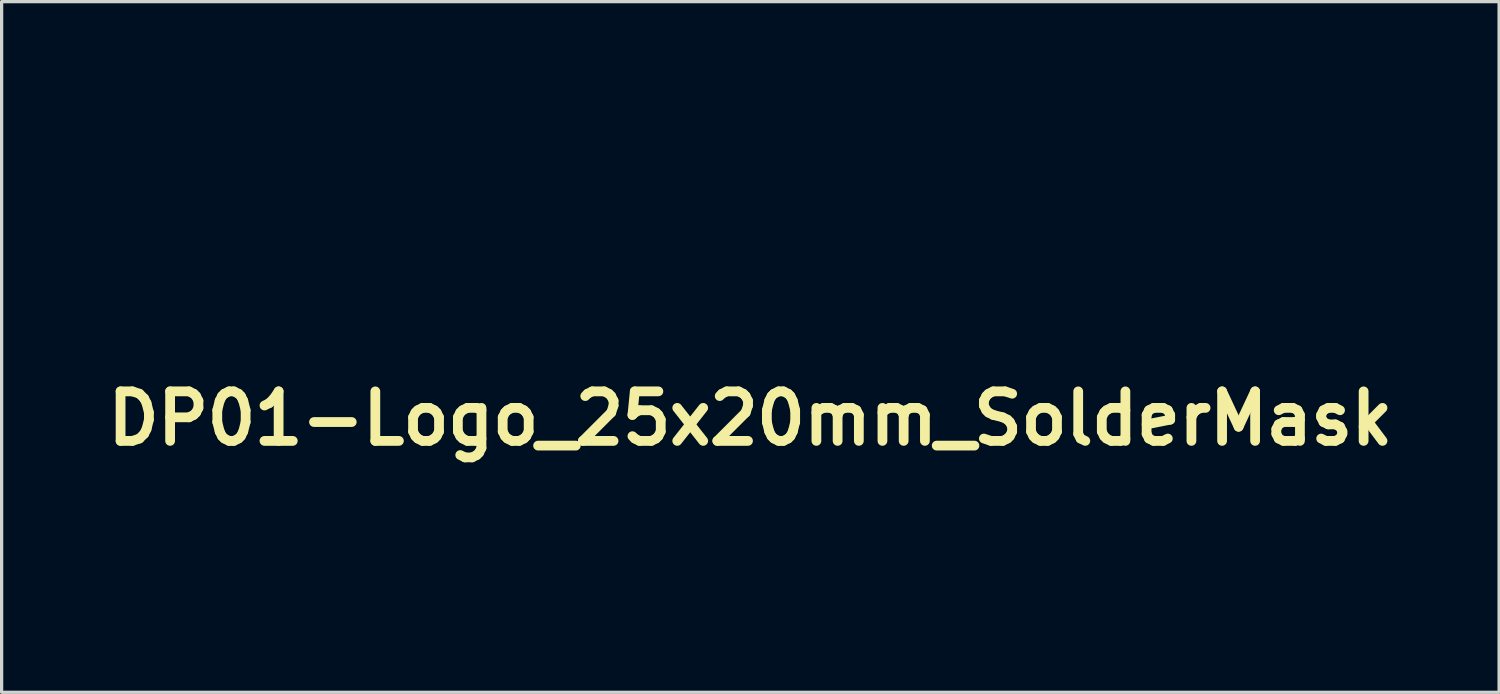
<source format=kicad_pcb>
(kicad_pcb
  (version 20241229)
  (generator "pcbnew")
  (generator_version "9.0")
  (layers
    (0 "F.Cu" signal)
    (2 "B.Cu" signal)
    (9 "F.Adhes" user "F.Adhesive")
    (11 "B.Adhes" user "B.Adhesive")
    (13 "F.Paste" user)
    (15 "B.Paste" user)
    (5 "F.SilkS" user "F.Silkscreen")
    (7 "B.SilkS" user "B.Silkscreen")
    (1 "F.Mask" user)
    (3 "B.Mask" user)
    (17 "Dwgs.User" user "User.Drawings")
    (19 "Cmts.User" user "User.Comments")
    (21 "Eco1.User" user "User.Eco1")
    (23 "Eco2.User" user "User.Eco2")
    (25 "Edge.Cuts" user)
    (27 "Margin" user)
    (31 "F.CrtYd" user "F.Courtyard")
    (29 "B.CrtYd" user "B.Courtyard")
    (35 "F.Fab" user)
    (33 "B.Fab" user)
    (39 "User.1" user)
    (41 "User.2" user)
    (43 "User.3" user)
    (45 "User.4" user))
  (footprint "DP01-Logo_25x20mm_SolderMask"
    (layer "F.Cu")
    (at 20.037 9.826)
    (property "Reference" "DP01-Logo_25x20mm_SolderMask" (at 0 0 0) (layer "F.SilkS") (effects (font (size 1.524 1.524) (thickness 0.3))))
    (attr through_hole)
    (fp_poly (pts (xy 8.297 -7.239) (xy 8.255 -7.197) (xy 8.213 -7.239) (xy 8.255 -7.281) (xy 8.297 -7.239)) (stroke (width 0.01) (type solid)) (fill yes) (layer "F.Mask"))
    (fp_poly (pts (xy -12.202 -4.249) (xy -12.192 -4.191) (xy -12.238 -4.078) (xy -12.277 -4.064) (xy -12.352 -4.133) (xy -12.361 -4.191) (xy -12.316 -4.304) (xy -12.277 -4.318) (xy -12.202 -4.249)) (stroke (width 0.01) (type solid)) (fill yes) (layer "F.Mask"))
    (fp_poly (pts (xy -0.544 -2.93) (xy -0.383 -2.885) (xy -0.332 -2.879) (xy -0.256 -2.814) (xy -0.254 -2.794) (xy -0.315 -2.719) (xy -0.448 -2.718) (xy -0.58 -2.781) (xy -0.627 -2.846) (xy -0.634 -2.942) (xy -0.544 -2.93)) (stroke (width 0.01) (type solid)) (fill yes) (layer "F.Mask"))
    (fp_poly (pts (xy -8.636 -3.087) (xy -8.636 -3.065) (xy -8.634 -2.888) (xy -8.632 -2.815) (xy -8.696 -2.745) (xy -8.759 -2.724) (xy -8.858 -2.753) (xy -8.864 -2.874) (xy -8.795 -3.068) (xy -8.736 -3.151) (xy -8.66 -3.193) (xy -8.636 -3.087)) (stroke (width 0.01) (type solid)) (fill yes) (layer "F.Mask"))
    (fp_poly (pts (xy 1.606 1.213) (xy 1.609 1.221) (xy 1.635 1.321) (xy 1.656 1.379) (xy 1.632 1.509) (xy 1.571 1.553) (xy 1.47 1.547) (xy 1.439 1.405) (xy 1.439 1.394) (xy 1.469 1.237) (xy 1.524 1.185) (xy 1.606 1.213)) (stroke (width 0.01) (type solid)) (fill yes) (layer "F.Mask"))
    (fp_poly (pts (xy 2.176 4.373) (xy 2.193 4.51) (xy 2.11 4.685) (xy 1.978 4.82) (xy 1.756 4.967) (xy 1.635 4.979) (xy 1.609 4.903) (xy 1.661 4.723) (xy 1.785 4.525) (xy 1.936 4.37) (xy 2.05 4.318) (xy 2.176 4.373)) (stroke (width 0.01) (type solid)) (fill yes) (layer "F.Mask"))
    (fp_poly (pts (xy -8.928 -3.764) (xy -8.835 -3.68) (xy -8.739 -3.494) (xy -8.732 -3.352) (xy -8.805 -3.302) (xy -8.88 -3.371) (xy -8.89 -3.429) (xy -8.958 -3.541) (xy -9.017 -3.556) (xy -9.131 -3.606) (xy -9.117 -3.712) (xy -9.046 -3.776) (xy -8.928 -3.764)) (stroke (width 0.01) (type solid)) (fill yes) (layer "F.Mask"))
    (fp_poly (pts (xy -1.364 -6.245) (xy -1.206 -6.212) (xy -1.058 -6.144) (xy -1.016 -6.086) (xy -1.078 -6.035) (xy -1.275 -6.03) (xy -1.621 -6.071) (xy -1.63 -6.072) (xy -1.799 -6.122) (xy -1.863 -6.186) (xy -1.789 -6.242) (xy -1.604 -6.262) (xy -1.364 -6.245)) (stroke (width 0.01) (type solid)) (fill yes) (layer "F.Mask"))
    (fp_poly (pts (xy 1.828 3.545) (xy 1.834 3.731) (xy 1.812 3.975) (xy 1.765 4.224) (xy 1.72 4.371) (xy 1.635 4.482) (xy 1.565 4.454) (xy 1.568 4.312) (xy 1.57 4.308) (xy 1.663 3.928) (xy 1.687 3.662) (xy 1.727 3.513) (xy 1.788 3.471) (xy 1.828 3.545)) (stroke (width 0.01) (type solid)) (fill yes) (layer "F.Mask"))
    (fp_poly (pts (xy 6.044 2.309) (xy 6.119 2.45) (xy 6.121 2.455) (xy 6.227 2.594) (xy 6.391 2.625) (xy 6.557 2.657) (xy 6.583 2.731) (xy 6.472 2.845) (xy 6.283 2.835) (xy 6.117 2.749) (xy 5.974 2.593) (xy 5.927 2.451) (xy 5.964 2.308) (xy 6.044 2.309)) (stroke (width 0.01) (type solid)) (fill yes) (layer "F.Mask"))
    (fp_poly (pts (xy 8.276 -7.077) (xy 8.267 -6.987) (xy 8.175 -6.893) (xy 8.087 -6.805) (xy 8.112 -6.773) (xy 8.207 -6.718) (xy 8.213 -6.69) (xy 8.141 -6.633) (xy 8.001 -6.623) (xy 7.842 -6.654) (xy 7.789 -6.692) (xy 7.847 -6.795) (xy 7.981 -6.925) (xy 8.135 -7.036) (xy 8.253 -7.084) (xy 8.276 -7.077)) (stroke (width 0.01) (type solid)) (fill yes) (layer "F.Mask"))
    (fp_poly (pts (xy 1.029 -4.967) (xy 1.359 -4.846) (xy 1.668 -4.7) (xy 2.083 -4.453) (xy 2.348 -4.206) (xy 2.454 -3.966) (xy 2.455 -3.933) (xy 2.413 -3.88) (xy 2.32 -3.93) (xy 2.226 -4.05) (xy 2.205 -4.097) (xy 2.045 -4.287) (xy 1.72 -4.45) (xy 1.307 -4.604) (xy 1.029 -4.715) (xy 0.863 -4.796) (xy 0.782 -4.857) (xy 0.762 -4.906) (xy 0.829 -4.987) (xy 1.029 -4.967)) (stroke (width 0.01) (type solid)) (fill yes) (layer "F.Mask"))
    (fp_poly (pts (xy 5.517 0.796) (xy 5.551 0.969) (xy 5.557 1.249) (xy 5.563 1.553) (xy 5.589 1.814) (xy 5.615 1.926) (xy 5.646 2.069) (xy 5.586 2.103) (xy 5.419 2.029) (xy 5.271 1.938) (xy 5.098 1.789) (xy 5.003 1.635) (xy 4.994 1.515) (xy 5.082 1.467) (xy 5.165 1.482) (xy 5.284 1.494) (xy 5.329 1.399) (xy 5.334 1.283) (xy 5.351 1.052) (xy 5.385 0.896) (xy 5.46 0.767) (xy 5.517 0.796)) (stroke (width 0.01) (type solid)) (fill yes) (layer "F.Mask"))
    (fp_poly (pts (xy 10.492 4.932) (xy 10.808 4.946) (xy 11.046 4.967) (xy 11.167 4.989) (xy 11.175 4.995) (xy 11.116 5.081) (xy 10.983 5.217) (xy 10.835 5.347) (xy 10.729 5.417) (xy 10.72 5.419) (xy 10.668 5.355) (xy 10.668 5.348) (xy 10.593 5.292) (xy 10.402 5.229) (xy 10.272 5.2) (xy 10.032 5.134) (xy 9.873 5.054) (xy 9.842 5.016) (xy 9.867 4.963) (xy 10.002 4.934) (xy 10.27 4.927) (xy 10.492 4.932)) (stroke (width 0.01) (type solid)) (fill yes) (layer "F.Mask"))
    (fp_poly (pts (xy -0.782 -3.109) (xy -0.787 -3.02) (xy -0.788 -2.894) (xy -0.752 -2.861) (xy -0.71 -2.766) (xy -0.753 -2.605) (xy -0.796 -2.399) (xy -0.755 -2.324) (xy -0.692 -2.205) (xy -0.692 -2.13) (xy -0.681 -1.955) (xy -0.658 -1.899) (xy -0.633 -1.762) (xy -0.66 -1.589) (xy -0.721 -1.461) (xy -0.762 -1.439) (xy -0.865 -1.497) (xy -0.91 -1.545) (xy -0.965 -1.69) (xy -1.003 -1.93) (xy -1.01 -2.032) (xy -1.025 -2.363) (xy -1.04 -2.694) (xy -1.043 -2.75) (xy -1.037 -2.979) (xy -0.977 -3.088) (xy -0.898 -3.119) (xy -0.782 -3.109)) (stroke (width 0.01) (type solid)) (fill yes) (layer "F.Mask"))
    (fp_poly (pts (xy 6.767 -9.761) (xy 7.071 -9.6) (xy 7.3 -9.369) (xy 7.432 -9.097) (xy 7.446 -8.814) (xy 7.323 -8.551) (xy 7.303 -8.528) (xy 7.237 -8.429) (xy 7.194 -8.282) (xy 7.168 -8.056) (xy 7.155 -7.718) (xy 7.152 -7.35) (xy 7.149 -6.897) (xy 7.129 -6.575) (xy 7.07 -6.348) (xy 6.951 -6.18) (xy 6.75 -6.031) (xy 6.445 -5.866) (xy 6.231 -5.757) (xy 5.79 -5.577) (xy 5.41 -5.508) (xy 5.115 -5.553) (xy 4.971 -5.652) (xy 4.86 -5.844) (xy 4.744 -6.159) (xy 4.633 -6.551) (xy 4.54 -6.974) (xy 4.476 -7.383) (xy 4.452 -7.705) (xy 4.518 -8.291) (xy 4.718 -8.81) (xy 5.035 -9.242) (xy 5.45 -9.567) (xy 5.945 -9.766) (xy 6.407 -9.821) (xy 6.767 -9.761)) (stroke (width 0.01) (type solid)) (fill yes) (layer "F.Mask"))
    (fp_poly (pts (xy 8.319 -5.653) (xy 8.485 -5.571) (xy 8.762 -5.458) (xy 9.101 -5.336) (xy 9.229 -5.293) (xy 9.581 -5.169) (xy 9.955 -5.023) (xy 10.309 -4.874) (xy 10.601 -4.74) (xy 10.788 -4.637) (xy 10.821 -4.614) (xy 10.791 -4.544) (xy 10.681 -4.413) (xy 10.541 -4.272) (xy 10.419 -4.17) (xy 10.374 -4.149) (xy 10.343 -4.211) (xy 10.356 -4.266) (xy 10.324 -4.369) (xy 10.133 -4.439) (xy 9.935 -4.455) (xy 9.785 -4.383) (xy 9.646 -4.237) (xy 9.453 -4.048) (xy 9.309 -3.985) (xy 9.235 -4.053) (xy 9.229 -4.112) (xy 9.268 -4.298) (xy 9.31 -4.396) (xy 9.346 -4.505) (xy 9.257 -4.521) (xy 9.204 -4.512) (xy 9.056 -4.53) (xy 8.886 -4.653) (xy 8.7 -4.858) (xy 8.527 -5.085) (xy 8.412 -5.275) (xy 8.382 -5.362) (xy 8.314 -5.497) (xy 8.255 -5.534) (xy 8.143 -5.629) (xy 8.128 -5.68) (xy 8.182 -5.721) (xy 8.319 -5.653)) (stroke (width 0.01) (type solid)) (fill yes) (layer "F.Mask"))
    (fp_poly (pts (xy 0.429 -2.177) (xy 0.466 -2.05) (xy 0.453 -1.882) (xy 0.417 -1.817) (xy 0.385 -1.714) (xy 0.399 -1.609) (xy 0.393 -1.468) (xy 0.332 -1.439) (xy 0.265 -1.415) (xy 0.322 -1.338) (xy 0.417 -1.194) (xy 0.369 -1.111) (xy 0.296 -1.101) (xy 0.183 -1.05) (xy 0.196 -0.943) (xy 0.258 -0.886) (xy 0.291 -0.784) (xy 0.304 -0.563) (xy 0.298 -0.274) (xy 0.276 0.034) (xy 0.241 0.311) (xy 0.194 0.507) (xy 0.193 0.508) (xy 0.139 0.714) (xy 0.134 0.875) (xy 0.173 0.931) (xy 0.229 1.004) (xy 0.283 1.181) (xy 0.284 1.187) (xy 0.27 1.455) (xy 0.14 1.667) (xy -0.074 1.773) (xy -0.134 1.778) (xy -0.209 1.771) (xy -0.259 1.732) (xy -0.29 1.633) (xy -0.305 1.447) (xy -0.309 1.148) (xy -0.306 0.706) (xy -0.306 0.699) (xy -0.308 0.216) (xy -0.32 -0.273) (xy -0.341 -0.707) (xy -0.365 -0.995) (xy -0.434 -1.609) (xy -0.165 -1.609) (xy 0.017 -1.627) (xy 0.064 -1.694) (xy 0.051 -1.743) (xy 0.039 -1.914) (xy 0.062 -1.976) (xy 0.122 -2.125) (xy 0.126 -2.159) (xy 0.197 -2.229) (xy 0.289 -2.244) (xy 0.429 -2.177)) (stroke (width 0.01) (type solid)) (fill yes) (layer "F.Mask"))
    (fp_poly (pts (xy -3.944 -2.279) (xy -3.939 -2.187) (xy -3.947 -1.955) (xy -3.966 -1.612) (xy -3.996 -1.186) (xy -4.022 -0.842) (xy -4.071 -0.277) (xy -4.122 0.164) (xy -4.187 0.525) (xy -4.279 0.853) (xy -4.411 1.191) (xy -4.595 1.585) (xy -4.809 2.014) (xy -4.933 2.273) (xy -5.019 2.478) (xy -5.045 2.565) (xy -5.06 2.737) (xy -5.067 2.815) (xy -5.128 2.941) (xy -5.186 2.964) (xy -5.287 3.034) (xy -5.399 3.198) (xy -5.483 3.389) (xy -5.503 3.501) (xy -5.551 3.614) (xy -5.67 3.798) (xy -5.719 3.866) (xy -5.842 4.048) (xy -5.846 4.143) (xy -5.713 4.169) (xy -5.482 4.153) (xy -5.355 4.181) (xy -5.354 4.274) (xy -5.476 4.387) (xy -5.498 4.4) (xy -5.622 4.463) (xy -5.707 4.467) (xy -5.818 4.397) (xy -5.956 4.284) (xy -6.197 4.087) (xy -6.048 3.8) (xy -5.903 3.503) (xy -5.709 3.08) (xy -5.481 2.563) (xy -5.232 1.984) (xy -4.975 1.374) (xy -4.726 0.767) (xy -4.704 0.713) (xy -4.514 0.23) (xy -4.381 -0.149) (xy -4.29 -0.477) (xy -4.229 -0.804) (xy -4.184 -1.181) (xy -4.173 -1.299) (xy -4.125 -1.765) (xy -4.078 -2.076) (xy -4.03 -2.249) (xy -3.976 -2.298) (xy -3.944 -2.279)) (stroke (width 0.01) (type solid)) (fill yes) (layer "F.Mask"))
    (fp_poly (pts (xy -1.28 -3.122) (xy -1.219 -3.065) (xy -1.192 -2.923) (xy -1.185 -2.659) (xy -1.185 -2.582) (xy -1.2 -2.24) (xy -1.245 -2.061) (xy -1.286 -2.032) (xy -1.31 -1.993) (xy -1.239 -1.924) (xy -1.139 -1.779) (xy -1.06 -1.542) (xy -1.011 -1.266) (xy -1 -1.009) (xy -1.034 -0.825) (xy -1.075 -0.775) (xy -1.14 -0.706) (xy -1.129 -0.582) (xy -1.061 -0.4) (xy -0.97 -0.178) (xy -0.943 -0.053) (xy -0.978 0.031) (xy -1.067 0.123) (xy -1.154 0.235) (xy -1.137 0.348) (xy -1.067 0.465) (xy -0.962 0.659) (xy -0.936 0.788) (xy -0.991 0.816) (xy -1.025 0.799) (xy -1.081 0.804) (xy -1.053 0.942) (xy -1.011 1.178) (xy -1.008 1.445) (xy -1.045 1.66) (xy -1.066 1.705) (xy -1.098 1.75) (xy -1.154 1.764) (xy -1.277 1.746) (xy -1.512 1.693) (xy -1.566 1.68) (xy -1.861 1.623) (xy -2.211 1.57) (xy -2.349 1.553) (xy -2.598 1.513) (xy -2.759 1.464) (xy -2.794 1.434) (xy -2.742 1.331) (xy -2.612 1.167) (xy -2.576 1.127) (xy -2.438 0.985) (xy -2.385 0.964) (xy -2.393 1.056) (xy -2.395 1.068) (xy -2.434 1.248) (xy -2.156 1.068) (xy -1.965 0.903) (xy -1.955 0.889) (xy -1.524 0.889) (xy -1.482 0.931) (xy -1.439 0.889) (xy -1.482 0.847) (xy -1.524 0.889) (xy -1.955 0.889) (xy -1.849 0.728) (xy -1.846 0.72) (xy -1.609 0.72) (xy -1.566 0.762) (xy -1.524 0.72) (xy -1.566 0.677) (xy -1.609 0.72) (xy -1.846 0.72) (xy -1.84 0.699) (xy -1.821 0.548) (xy -1.868 0.526) (xy -2.001 0.631) (xy -2.052 0.677) (xy -2.226 0.811) (xy -2.335 0.839) (xy -2.353 0.758) (xy -2.343 0.728) (xy -2.291 0.576) (xy -2.217 0.34) (xy -2.194 0.263) (xy -2.118 0.05) (xy -2.05 -0.073) (xy -2.031 -0.085) (xy -1.965 -0.015) (xy -1.864 0.161) (xy -1.82 0.255) (xy -1.721 0.451) (xy -1.649 0.555) (xy -1.632 0.56) (xy -1.648 0.472) (xy -1.726 0.281) (xy -1.819 0.088) (xy -2.04 -0.349) (xy -1.875 -1.169) (xy -1.793 -1.605) (xy -1.719 -2.057) (xy -1.665 -2.449) (xy -1.652 -2.561) (xy -1.617 -2.864) (xy -1.577 -3.036) (xy -1.516 -3.113) (xy -1.415 -3.132) (xy -1.39 -3.133) (xy -1.28 -3.122)) (stroke (width 0.01) (type solid)) (fill yes) (layer "F.Mask"))
    (fp_poly (pts (xy -2.231 -5.786) (xy -2.188 -5.588) (xy -2.135 -5.403) (xy -2.074 -5.315) (xy -2.042 -5.209) (xy -2.106 -5.071) (xy -2.226 -4.968) (xy -2.295 -4.951) (xy -2.443 -5.009) (xy -2.516 -5.078) (xy -2.601 -5.15) (xy -2.622 -5.102) (xy -2.694 -5.008) (xy -2.875 -4.885) (xy -3.006 -4.817) (xy -3.225 -4.702) (xy -3.363 -4.606) (xy -3.387 -4.571) (xy -3.46 -4.482) (xy -3.635 -4.417) (xy -3.843 -4.391) (xy -4.017 -4.42) (xy -4.028 -4.426) (xy -4.138 -4.48) (xy -4.127 -4.444) (xy -4.043 -4.346) (xy -3.916 -4.175) (xy -3.92 -4.101) (xy -4.036 -4.123) (xy -4.131 -4.135) (xy -4.115 -4.078) (xy -4.107 -3.99) (xy -4.139 -3.979) (xy -4.258 -4.041) (xy -4.279 -4.069) (xy -4.391 -4.158) (xy -4.589 -4.248) (xy -4.824 -4.324) (xy -5.046 -4.373) (xy -5.203 -4.381) (xy -5.249 -4.346) (xy -5.182 -4.261) (xy -5.02 -4.146) (xy -4.995 -4.131) (xy -4.808 -3.998) (xy -4.746 -3.893) (xy -4.818 -3.841) (xy -4.889 -3.841) (xy -4.994 -3.826) (xy -5.013 -3.736) (xy -4.953 -3.531) (xy -4.947 -3.514) (xy -4.938 -3.438) (xy -5.016 -3.477) (xy -5.177 -3.619) (xy -5.341 -3.759) (xy -5.487 -3.861) (xy -5.582 -3.907) (xy -5.598 -3.884) (xy -5.52 -3.793) (xy -5.427 -3.662) (xy -5.437 -3.598) (xy -5.536 -3.638) (xy -5.569 -3.666) (xy -5.757 -3.771) (xy -6.004 -3.84) (xy -6.013 -3.841) (xy -6.313 -3.896) (xy -6.583 -3.966) (xy -6.79 -4.02) (xy -6.844 -4.008) (xy -6.746 -3.933) (xy -6.535 -3.818) (xy -6.291 -3.675) (xy -6.119 -3.54) (xy -6.043 -3.436) (xy -6.087 -3.388) (xy -6.107 -3.388) (xy -6.252 -3.412) (xy -6.49 -3.471) (xy -6.625 -3.511) (xy -6.858 -3.567) (xy -7.002 -3.573) (xy -7.027 -3.552) (xy -6.963 -3.474) (xy -6.943 -3.471) (xy -6.86 -3.407) (xy -6.858 -3.387) (xy -6.908 -3.306) (xy -7.034 -3.34) (xy -7.198 -3.478) (xy -7.211 -3.493) (xy -7.38 -3.683) (xy -7.246 -3.474) (xy -7.119 -3.154) (xy -7.159 -2.86) (xy -7.366 -2.595) (xy -7.372 -2.59) (xy -7.68 -2.407) (xy -7.97 -2.384) (xy -8.223 -2.521) (xy -8.297 -2.601) (xy -8.407 -2.773) (xy -8.393 -2.858) (xy -8.372 -2.868) (xy -8.25 -2.833) (xy -8.143 -2.722) (xy -7.982 -2.579) (xy -7.8 -2.545) (xy -7.658 -2.632) (xy -7.654 -2.638) (xy -7.615 -2.798) (xy -7.607 -3.049) (xy -7.629 -3.317) (xy -7.665 -3.479) (xy -7.748 -3.589) (xy -7.924 -3.592) (xy -7.944 -3.588) (xy -8.106 -3.58) (xy -8.216 -3.66) (xy -8.319 -3.846) (xy -8.477 -4.079) (xy -8.64 -4.149) (xy -8.885 -4.191) (xy -9.049 -4.297) (xy -9.091 -4.439) (xy -9.084 -4.461) (xy -9.073 -4.56) (xy -9.179 -4.544) (xy -9.37 -4.503) (xy -9.595 -4.486) (xy -9.762 -4.472) (xy -9.771 -4.429) (xy -9.743 -4.409) (xy -9.633 -4.249) (xy -9.624 -4.017) (xy -9.714 -3.77) (xy -9.802 -3.65) (xy -9.927 -3.495) (xy -9.936 -3.401) (xy -9.88 -3.346) (xy -9.774 -3.204) (xy -9.703 -2.998) (xy -9.683 -2.798) (xy -9.729 -2.672) (xy -9.735 -2.668) (xy -9.874 -2.663) (xy -10.001 -2.778) (xy -10.072 -2.964) (xy -10.075 -3.017) (xy -10.148 -3.331) (xy -10.336 -3.618) (xy -10.435 -3.708) (xy -10.546 -3.84) (xy -10.583 -3.979) (xy -10.533 -4.06) (xy -10.505 -4.064) (xy -10.387 -4.01) (xy -10.299 -3.937) (xy -10.167 -3.825) (xy -10.12 -3.857) (xy -10.139 -4.023) (xy -10.141 -4.029) (xy -9.984 -4.029) (xy -9.968 -3.919) (xy -9.94 -3.918) (xy -9.919 -4.031) (xy -9.933 -4.08) (xy -9.97 -4.112) (xy -9.984 -4.029) (xy -10.141 -4.029) (xy -10.17 -4.136) (xy -10.234 -4.195) (xy -10.372 -4.213) (xy -10.626 -4.201) (xy -10.735 -4.193) (xy -11.108 -4.161) (xy -11.487 -4.122) (xy -11.705 -4.096) (xy -11.957 -4.072) (xy -12.078 -4.091) (xy -12.1 -4.158) (xy -12.111 -4.322) (xy -12.173 -4.469) (xy -12.255 -4.535) (xy -12.28 -4.528) (xy -12.373 -4.531) (xy -12.415 -4.632) (xy -12.379 -4.761) (xy -12.369 -4.774) (xy -9.767 -4.774) (xy -9.759 -4.734) (xy -9.689 -4.622) (xy -9.534 -4.618) (xy -9.494 -4.627) (xy -9.322 -4.672) (xy -9.248 -4.699) (xy -9.253 -4.781) (xy -9.272 -4.841) (xy -9.392 -4.931) (xy -9.561 -4.93) (xy -9.731 -4.878) (xy -9.767 -4.774) (xy -12.369 -4.774) (xy -12.368 -4.775) (xy -12.248 -4.832) (xy -12.003 -4.895) (xy -11.677 -4.958) (xy -11.313 -5.012) (xy -10.955 -5.052) (xy -10.646 -5.069) (xy -10.541 -5.068) (xy -10.326 -5.079) (xy -10.016 -5.116) (xy -9.711 -5.167) (xy -9.134 -5.276) (xy -8.864 -4.953) (xy -8.651 -4.7) (xy -8.442 -4.454) (xy -8.382 -4.384) (xy -8.17 -4.139) (xy -7.535 -4.229) (xy -7.103 -4.296) (xy -6.621 -4.377) (xy -6.265 -4.442) (xy -5.906 -4.504) (xy -5.567 -4.549) (xy -5.319 -4.569) (xy -5.313 -4.569) (xy -5.099 -4.588) (xy -5.009 -4.654) (xy -4.995 -4.741) (xy -4.954 -4.867) (xy -4.801 -4.91) (xy -4.75 -4.911) (xy -4.551 -4.952) (xy -4.395 -5.104) (xy -4.335 -5.197) (xy -4.127 -5.424) (xy -3.83 -5.6) (xy -3.501 -5.706) (xy -3.198 -5.717) (xy -3.078 -5.682) (xy -2.782 -5.597) (xy -2.534 -5.617) (xy -2.381 -5.735) (xy -2.294 -5.84) (xy -2.231 -5.786)) (stroke (width 0.01) (type solid)) (fill yes) (layer "F.Mask"))
    (fp_poly (pts (xy -0.405 -9.802) (xy 0.072 -9.677) (xy 0.504 -9.441) (xy 0.851 -9.109) (xy 1 -8.873) (xy 1.121 -8.58) (xy 1.199 -8.293) (xy 1.212 -8.189) (xy 1.245 -8.002) (xy 1.305 -7.928) (xy 1.316 -7.93) (xy 1.428 -7.897) (xy 1.585 -7.771) (xy 1.608 -7.747) (xy 1.779 -7.459) (xy 1.804 -7.146) (xy 1.687 -6.854) (xy 1.553 -6.713) (xy 1.381 -6.586) (xy 1.268 -6.522) (xy 1.259 -6.52) (xy 1.191 -6.598) (xy 1.137 -6.808) (xy 1.102 -7.115) (xy 1.101 -7.133) (xy 1.497 -7.133) (xy 1.512 -6.986) (xy 1.548 -6.89) (xy 1.584 -6.94) (xy 1.619 -7.056) (xy 1.648 -7.28) (xy 1.628 -7.437) (xy 1.582 -7.51) (xy 1.54 -7.433) (xy 1.522 -7.366) (xy 1.497 -7.133) (xy 1.101 -7.133) (xy 1.095 -7.281) (xy 1.087 -7.662) (xy 0.971 -7.408) (xy 0.889 -7.142) (xy 0.851 -6.848) (xy 0.85 -6.837) (xy 0.831 -6.633) (xy 0.788 -6.525) (xy 0.776 -6.519) (xy 0.692 -6.451) (xy 0.609 -6.31) (xy 0.466 -6.147) (xy 0.166 -5.943) (xy -0.267 -5.709) (xy -0.653 -5.522) (xy -0.932 -5.41) (xy -1.139 -5.36) (xy -1.312 -5.36) (xy -1.339 -5.364) (xy -1.632 -5.412) (xy -1.448 -5.216) (xy -1.192 -4.979) (xy -0.97 -4.878) (xy -0.728 -4.905) (xy -0.431 -5.042) (xy -0.137 -5.18) (xy 0.034 -5.212) (xy 0.079 -5.137) (xy 0.004 -4.97) (xy -0.068 -4.845) (xy -0.043 -4.843) (xy 0.025 -4.897) (xy 0.189 -4.966) (xy 0.296 -4.896) (xy 0.307 -4.712) (xy 0.303 -4.695) (xy 0.296 -4.524) (xy 0.338 -4.445) (xy 0.405 -4.322) (xy 0.426 -4.112) (xy 0.404 -3.886) (xy 0.345 -3.716) (xy 0.296 -3.671) (xy 0.189 -3.556) (xy 0.169 -3.462) (xy 0.114 -3.33) (xy 0.042 -3.302) (xy -0.062 -3.232) (xy -0.085 -3.138) (xy -0.126 -3.017) (xy -0.278 -2.989) (xy -0.311 -2.991) (xy -0.485 -3.043) (xy -0.56 -3.196) (xy -0.569 -3.248) (xy -0.569 -3.419) (xy -0.498 -3.45) (xy -0.491 -3.448) (xy -0.407 -3.345) (xy -0.408 -3.291) (xy -0.403 -3.222) (xy -0.342 -3.266) (xy -0.291 -3.413) (xy -0.355 -3.576) (xy -0.497 -3.703) (xy -0.677 -3.741) (xy -1.097 -3.664) (xy -1.477 -3.551) (xy -1.788 -3.416) (xy -2.004 -3.272) (xy -2.096 -3.133) (xy -2.08 -3.058) (xy -2.119 -3.005) (xy -2.207 -2.986) (xy -2.361 -3.048) (xy -2.42 -3.174) (xy -2.452 -3.448) (xy -2.365 -3.635) (xy -2.139 -3.769) (xy -2.031 -3.808) (xy -1.803 -3.884) (xy -1.655 -3.934) (xy -1.627 -3.945) (xy -1.634 -4.027) (xy -1.644 -4.086) (xy -0.867 -4.086) (xy -0.838 -3.988) (xy -0.79 -4.039) (xy -0.739 -4.249) (xy -0.738 -4.255) (xy -0.727 -4.464) (xy -0.758 -4.597) (xy -0.761 -4.601) (xy -0.809 -4.572) (xy -0.849 -4.415) (xy -0.86 -4.325) (xy -0.867 -4.086) (xy -1.644 -4.086) (xy -1.671 -4.236) (xy -1.732 -4.534) (xy -1.766 -4.688) (xy -1.833 -5.012) (xy -1.875 -5.262) (xy -1.886 -5.402) (xy -1.88 -5.419) (xy -1.896 -5.459) (xy -1.975 -5.524) (xy -2.078 -5.681) (xy -2.167 -5.975) (xy -2.206 -6.181) (xy -2.287 -6.553) (xy -2.297 -6.572) (xy -2.094 -6.572) (xy -2.083 -6.505) (xy -2.041 -6.285) (xy -1.995 -6.016) (xy -1.992 -5.995) (xy -1.942 -5.786) (xy -1.843 -5.69) (xy -1.636 -5.65) (xy -1.627 -5.65) (xy -1.289 -5.617) (xy -1.082 -5.609) (xy -0.971 -5.63) (xy -0.918 -5.685) (xy -0.899 -5.736) (xy -0.855 -5.918) (xy -0.806 -6.166) (xy -0.8 -6.197) (xy -0.744 -6.408) (xy -0.643 -6.504) (xy -0.478 -6.537) (xy -0.439 -6.549) (xy -0.547 -6.562) (xy -0.78 -6.572) (xy -0.99 -6.577) (xy -1.357 -6.589) (xy -1.675 -6.609) (xy -1.894 -6.634) (xy -1.946 -6.646) (xy -2.073 -6.664) (xy -2.094 -6.572) (xy -2.297 -6.572) (xy -2.403 -6.792) (xy -2.573 -6.934) (xy -2.658 -6.97) (xy -2.745 -7.021) (xy -2.697 -7.052) (xy -2.546 -7.057) (xy -2.327 -7.031) (xy -2.286 -7.024) (xy -1.919 -6.978) (xy -1.437 -6.953) (xy -0.893 -6.951) (xy -0.34 -6.97) (xy 0.009 -6.997) (xy 0.568 -7.05) (xy 0.749 -7.477) (xy 0.844 -7.716) (xy 0.855 -7.747) (xy 1.101 -7.747) (xy 1.143 -7.705) (xy 1.185 -7.747) (xy 1.143 -7.789) (xy 1.101 -7.747) (xy 0.855 -7.747) (xy 0.9 -7.881) (xy 0.906 -7.927) (xy 0.818 -7.935) (xy 0.586 -7.943) (xy 0.235 -7.95) (xy -0.21 -7.957) (xy -0.725 -7.962) (xy -0.913 -7.964) (xy -1.444 -7.969) (xy -1.913 -7.978) (xy -2.295 -7.989) (xy -2.565 -8.002) (xy -2.699 -8.015) (xy -2.709 -8.02) (xy -2.658 -8.104) (xy -2.53 -8.266) (xy -2.455 -8.353) (xy -2.302 -8.546) (xy -2.213 -8.692) (xy -1.75 -8.692) (xy -1.738 -8.642) (xy -1.693 -8.636) (xy -1.624 -8.667) (xy -1.637 -8.692) (xy -1.737 -8.703) (xy -1.75 -8.692) (xy -2.213 -8.692) (xy -2.212 -8.696) (xy -2.201 -8.733) (xy -2.139 -8.89) (xy -1.979 -9.105) (xy -1.76 -9.336) (xy -1.668 -9.416) (xy -1.228 -9.416) (xy -0.946 -9.407) (xy -0.633 -9.318) (xy -0.417 -9.151) (xy -0.223 -8.912) (xy -0.184 -8.741) (xy -0.3 -8.637) (xy -0.402 -8.612) (xy -0.429 -8.596) (xy -0.311 -8.58) (xy -0.07 -8.568) (xy 0.112 -8.564) (xy 0.858 -8.551) (xy 0.682 -8.799) (xy 0.311 -9.211) (xy -0.098 -9.462) (xy -0.54 -9.549) (xy -0.908 -9.5) (xy -1.228 -9.416) (xy -1.668 -9.416) (xy -1.521 -9.541) (xy -1.331 -9.664) (xy -0.885 -9.802) (xy -0.405 -9.802)) (stroke (width 0.01) (type solid)) (fill yes) (layer "F.Mask"))
    (fp_poly (pts (xy 7.873 -8.995) (xy 8.041 -8.835) (xy 8.183 -8.624) (xy 8.294 -8.369) (xy 8.36 -8.115) (xy 8.37 -7.912) (xy 8.311 -7.808) (xy 8.308 -7.807) (xy 8.233 -7.708) (xy 8.213 -7.581) (xy 8.158 -7.379) (xy 8.081 -7.278) (xy 7.929 -7.233) (xy 7.793 -7.323) (xy 7.704 -7.516) (xy 7.689 -7.669) (xy 7.925 -7.669) (xy 7.939 -7.516) (xy 7.982 -7.401) (xy 8.036 -7.443) (xy 8.063 -7.488) (xy 8.105 -7.679) (xy 8.088 -7.771) (xy 8.022 -7.848) (xy 7.96 -7.799) (xy 7.925 -7.669) (xy 7.689 -7.669) (xy 7.686 -7.698) (xy 7.73 -7.969) (xy 7.828 -8.115) (xy 7.955 -8.124) (xy 8.087 -7.981) (xy 8.109 -7.938) (xy 8.177 -7.811) (xy 8.199 -7.834) (xy 8.201 -7.916) (xy 8.172 -8.137) (xy 8.143 -8.231) (xy 8.043 -8.318) (xy 7.895 -8.287) (xy 7.74 -8.164) (xy 7.623 -7.974) (xy 7.604 -7.916) (xy 7.58 -7.735) (xy 7.577 -7.466) (xy 7.59 -7.147) (xy 7.617 -6.817) (xy 7.652 -6.514) (xy 7.694 -6.277) (xy 7.738 -6.143) (xy 7.769 -6.132) (xy 7.846 -6.109) (xy 7.938 -6.006) (xy 8.005 -5.793) (xy 8.014 -5.446) (xy 7.966 -4.991) (xy 7.863 -4.452) (xy 7.821 -4.276) (xy 7.5 -2.86) (xy 7.232 -1.426) (xy 7.027 -0.03) (xy 6.895 1.256) (xy 6.863 1.632) (xy 6.828 1.872) (xy 6.781 2.012) (xy 6.712 2.086) (xy 6.656 2.112) (xy 6.527 2.191) (xy 6.505 2.251) (xy 6.483 2.335) (xy 6.366 2.336) (xy 6.273 2.292) (xy 6.201 2.215) (xy 6.258 2.114) (xy 6.294 2.076) (xy 6.353 1.99) (xy 6.394 1.851) (xy 6.419 1.63) (xy 6.433 1.299) (xy 6.437 0.829) (xy 6.437 0.819) (xy 6.445 0.309) (xy 6.463 -0.3) (xy 6.489 -0.939) (xy 6.521 -1.538) (xy 6.528 -1.651) (xy 6.562 -2.191) (xy 6.594 -2.744) (xy 6.622 -3.257) (xy 6.641 -3.674) (xy 6.646 -3.786) (xy 6.664 -4.138) (xy 6.687 -4.426) (xy 6.713 -4.608) (xy 6.724 -4.646) (xy 6.735 -4.779) (xy 6.698 -4.924) (xy 6.643 -5.052) (xy 6.608 -5.038) (xy 6.564 -4.871) (xy 6.563 -4.868) (xy 6.483 -4.601) (xy 6.384 -4.348) (xy 6.301 -4.11) (xy 6.265 -3.908) (xy 6.265 -3.904) (xy 6.246 -3.711) (xy 6.199 -3.447) (xy 6.181 -3.367) (xy 6.138 -3.156) (xy 6.074 -2.818) (xy 5.998 -2.392) (xy 5.916 -1.918) (xy 5.878 -1.693) (xy 5.801 -1.243) (xy 5.731 -0.855) (xy 5.674 -0.558) (xy 5.635 -0.381) (xy 5.623 -0.346) (xy 5.563 -0.327) (xy 5.536 -0.433) (xy 5.544 -0.674) (xy 5.586 -1.06) (xy 5.661 -1.592) (xy 5.734 -2.102) (xy 5.802 -2.629) (xy 5.858 -3.113) (xy 5.895 -3.494) (xy 5.896 -3.508) (xy 5.953 -4.246) (xy 5.623 -4.109) (xy 5.359 -4.033) (xy 5.121 -4.021) (xy 4.957 -4.07) (xy 4.911 -4.15) (xy 4.838 -4.213) (xy 4.699 -4.233) (xy 4.54 -4.262) (xy 4.487 -4.318) (xy 4.557 -4.39) (xy 4.636 -4.404) (xy 4.84 -4.45) (xy 4.91 -4.485) (xy 4.958 -4.538) (xy 4.858 -4.55) (xy 4.783 -4.546) (xy 4.548 -4.468) (xy 4.445 -4.331) (xy 4.357 -4.199) (xy 4.215 -4.165) (xy 4.077 -4.18) (xy 3.891 -4.206) (xy 3.853 -4.184) (xy 3.943 -4.095) (xy 3.971 -4.071) (xy 4.114 -3.926) (xy 4.126 -3.81) (xy 4.01 -3.655) (xy 3.986 -3.628) (xy 3.827 -3.515) (xy 3.719 -3.518) (xy 3.655 -3.535) (xy 3.684 -3.47) (xy 3.703 -3.395) (xy 3.6 -3.417) (xy 3.498 -3.444) (xy 3.529 -3.377) (xy 3.557 -3.343) (xy 3.624 -3.189) (xy 3.559 -3.093) (xy 3.395 -3.077) (xy 3.242 -3.125) (xy 3.086 -3.192) (xy 3.065 -3.175) (xy 3.155 -3.07) (xy 3.266 -2.932) (xy 3.302 -2.862) (xy 3.227 -2.796) (xy 3.042 -2.734) (xy 2.806 -2.688) (xy 2.577 -2.669) (xy 2.416 -2.687) (xy 2.401 -2.693) (xy 2.215 -2.745) (xy 2.02 -2.736) (xy 1.873 -2.677) (xy 1.833 -2.581) (xy 1.835 -2.574) (xy 1.834 -2.471) (xy 1.741 -2.473) (xy 1.62 -2.561) (xy 1.555 -2.609) (xy 1.566 -2.53) (xy 1.595 -2.451) (xy 1.647 -2.146) (xy 1.577 -1.883) (xy 1.399 -1.71) (xy 1.389 -1.705) (xy 1.23 -1.648) (xy 1.195 -1.696) (xy 1.267 -1.856) (xy 1.318 -2.067) (xy 1.298 -2.312) (xy 1.222 -2.528) (xy 1.104 -2.648) (xy 1.093 -2.651) (xy 0.944 -2.754) (xy 0.832 -2.919) (xy 0.787 -3.119) (xy 0.877 -3.241) (xy 1.113 -3.296) (xy 1.244 -3.301) (xy 1.446 -3.324) (xy 1.561 -3.378) (xy 1.562 -3.38) (xy 1.672 -3.45) (xy 1.871 -3.512) (xy 1.885 -3.515) (xy 2.205 -3.596) (xy 2.531 -3.703) (xy 2.82 -3.819) (xy 3.034 -3.928) (xy 3.131 -4.014) (xy 3.133 -4.024) (xy 3.201 -4.143) (xy 3.265 -4.181) (xy 3.354 -4.263) (xy 3.348 -4.312) (xy 3.359 -4.421) (xy 3.385 -4.444) (xy 3.452 -4.562) (xy 3.471 -4.701) (xy 3.548 -4.913) (xy 3.662 -5.008) (xy 3.858 -5.062) (xy 4.173 -5.095) (xy 4.561 -5.107) (xy 4.973 -5.096) (xy 5.36 -5.063) (xy 5.609 -5.023) (xy 5.841 -4.987) (xy 5.986 -4.988) (xy 6.011 -5.007) (xy 6.083 -5.076) (xy 6.237 -5.133) (xy 6.378 -5.178) (xy 6.518 -5.252) (xy 6.693 -5.378) (xy 6.938 -5.583) (xy 7.111 -5.733) (xy 7.289 -5.899) (xy 7.374 -6.033) (xy 7.388 -6.203) (xy 7.357 -6.452) (xy 7.323 -6.778) (xy 7.298 -7.18) (xy 7.288 -7.518) (xy 7.291 -7.85) (xy 7.316 -8.064) (xy 7.378 -8.211) (xy 7.487 -8.342) (xy 7.497 -8.351) (xy 7.668 -8.483) (xy 7.81 -8.527) (xy 7.826 -8.523) (xy 7.889 -8.523) (xy 7.865 -8.622) (xy 7.813 -8.732) (xy 7.733 -8.948) (xy 7.758 -9.038) (xy 7.873 -8.995)) (stroke (width 0.01) (type solid)) (fill yes) (layer "F.Mask")))
  (gr_rect
    (start -3 -3)
    (end 43.074 18.25)
    (stroke (width 0.1) (type default))
    (fill no)
    (layer "Edge.Cuts")))
</source>
